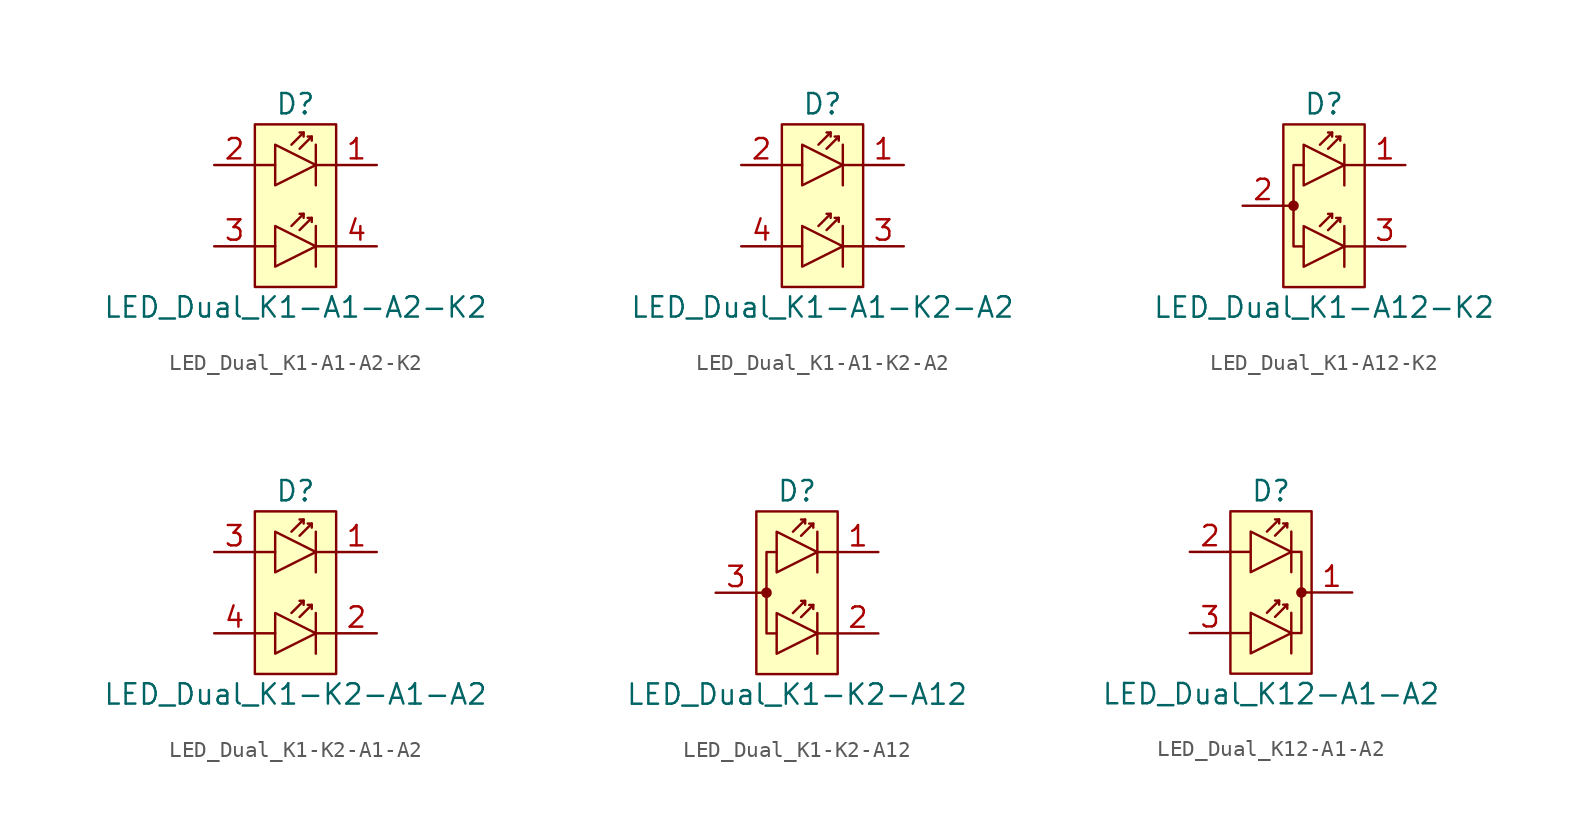
<source format=kicad_sym>
(kicad_symbol_lib
  (version 20220914)
  (generator kicad_symbol_editor)
  (symbol "LED_Dual_K1-A1-A2-K2"
    (pin_names hide)
    (property "Reference" "D"
      (at 0 6.35 0)
      (effects (font (size 1.27 1.27))))
    (property "Value" "LED_Dual_K1-A1-A2-K2"
      (at 0 -6.35 0)
      (effects (font (size 1.27 1.27))))
    (symbol "LED_Dual_K1-A1-A2-K2_1_1"
      (rectangle (start -2.54 5.08) (end 2.54 -5.08) (stroke (width 0) (type default)) (fill (type background)))
      (polyline (pts (xy -2.54 -2.54) (xy -1.27 -2.54)) (stroke (width 0) (type default)) (fill (type none)))
      (polyline (pts (xy -2.54 2.54) (xy -1.27 2.54)) (stroke (width 0) (type default)) (fill (type none)))
      (polyline (pts (xy -0.254 -1.27) (xy 0.508 -0.508)) (stroke (width 0) (type default)) (fill (type none)))
      (polyline (pts (xy -0.254 3.81) (xy 0.508 4.572)) (stroke (width 0) (type default)) (fill (type none)))
      (polyline (pts (xy 1.016 -0.762) (xy 0.254 -1.524)) (stroke (width 0) (type default)) (fill (type none)))
      (polyline (pts (xy 1.016 4.318) (xy 0.254 3.556)) (stroke (width 0) (type default)) (fill (type none)))
      (polyline (pts (xy 1.27 -2.54) (xy 2.54 -2.54)) (stroke (width 0) (type default)) (fill (type none)))
      (polyline (pts (xy 1.27 -1.27) (xy 1.27 -3.81)) (stroke (width 0) (type default)) (fill (type none)))
      (polyline (pts (xy 1.27 2.54) (xy 2.54 2.54)) (stroke (width 0) (type default)) (fill (type none)))
      (polyline (pts (xy 1.27 3.81) (xy 1.27 1.27)) (stroke (width 0) (type default)) (fill (type none)))
      (polyline (pts (xy 0.508 -0.762) (xy 0.508 -0.508) (xy 0.254 -0.508)) (stroke (width 0) (type default)) (fill (type none)))
      (polyline (pts (xy 0.508 4.318) (xy 0.508 4.572) (xy 0.254 4.572)) (stroke (width 0) (type default)) (fill (type none)))
      (polyline (pts (xy 0.762 -0.762) (xy 1.016 -0.762) (xy 1.016 -1.016)) (stroke (width 0) (type default)) (fill (type none)))
      (polyline (pts (xy 0.762 4.318) (xy 1.016 4.318) (xy 1.016 4.064)) (stroke (width 0) (type default)) (fill (type none)))
      (polyline (pts (xy 1.27 -2.54) (xy -1.27 -1.27) (xy -1.27 -3.81) (xy 1.27 -2.54)) (stroke (width 0) (type default)) (fill (type background)))
      (polyline (pts (xy 1.27 2.54) (xy -1.27 3.81) (xy -1.27 1.27) (xy 1.27 2.54)) (stroke (width 0) (type default)) (fill (type background)))
      (pin passive line (at 5.08 2.54 180) (length 2.54) (name "K" (effects (font (size 1.27 1.27)))) (number "1" (effects (font (size 1.27 1.27)))))
      (pin passive line (at -5.08 2.54 0) (length 2.54) (name "A" (effects (font (size 1.27 1.27)))) (number "2" (effects (font (size 1.27 1.27)))))
      (pin passive line (at -5.08 -2.54 0) (length 2.54) (name "A" (effects (font (size 1.27 1.27)))) (number "3" (effects (font (size 1.27 1.27)))))
      (pin passive line (at 5.08 -2.54 180) (length 2.54) (name "K" (effects (font (size 1.27 1.27)))) (number "4" (effects (font (size 1.27 1.27)))))))
  (symbol "LED_Dual_K1-A1-K2-A2"
    (pin_names hide)
    (property "Reference" "D"
      (at 0 6.35 0)
      (effects (font (size 1.27 1.27))))
    (property "Value" "LED_Dual_K1-A1-K2-A2"
      (at 0 -6.35 0)
      (effects (font (size 1.27 1.27))))
    (symbol "LED_Dual_K1-A1-K2-A2_1_1"
      (rectangle (start -2.54 5.08) (end 2.54 -5.08) (stroke (width 0) (type default)) (fill (type background)))
      (polyline (pts (xy -2.54 -2.54) (xy -1.27 -2.54)) (stroke (width 0) (type default)) (fill (type none)))
      (polyline (pts (xy -2.54 2.54) (xy -1.27 2.54)) (stroke (width 0) (type default)) (fill (type none)))
      (polyline (pts (xy -0.254 -1.27) (xy 0.508 -0.508)) (stroke (width 0) (type default)) (fill (type none)))
      (polyline (pts (xy -0.254 3.81) (xy 0.508 4.572)) (stroke (width 0) (type default)) (fill (type none)))
      (polyline (pts (xy 1.016 -0.762) (xy 0.254 -1.524)) (stroke (width 0) (type default)) (fill (type none)))
      (polyline (pts (xy 1.016 4.318) (xy 0.254 3.556)) (stroke (width 0) (type default)) (fill (type none)))
      (polyline (pts (xy 1.27 -2.54) (xy 2.54 -2.54)) (stroke (width 0) (type default)) (fill (type none)))
      (polyline (pts (xy 1.27 -1.27) (xy 1.27 -3.81)) (stroke (width 0) (type default)) (fill (type none)))
      (polyline (pts (xy 1.27 2.54) (xy 2.54 2.54)) (stroke (width 0) (type default)) (fill (type none)))
      (polyline (pts (xy 1.27 3.81) (xy 1.27 1.27)) (stroke (width 0) (type default)) (fill (type none)))
      (polyline (pts (xy 0.508 -0.762) (xy 0.508 -0.508) (xy 0.254 -0.508)) (stroke (width 0) (type default)) (fill (type none)))
      (polyline (pts (xy 0.508 4.318) (xy 0.508 4.572) (xy 0.254 4.572)) (stroke (width 0) (type default)) (fill (type none)))
      (polyline (pts (xy 0.762 -0.762) (xy 1.016 -0.762) (xy 1.016 -1.016)) (stroke (width 0) (type default)) (fill (type none)))
      (polyline (pts (xy 0.762 4.318) (xy 1.016 4.318) (xy 1.016 4.064)) (stroke (width 0) (type default)) (fill (type none)))
      (polyline (pts (xy 1.27 -2.54) (xy -1.27 -1.27) (xy -1.27 -3.81) (xy 1.27 -2.54)) (stroke (width 0) (type default)) (fill (type background)))
      (polyline (pts (xy 1.27 2.54) (xy -1.27 3.81) (xy -1.27 1.27) (xy 1.27 2.54)) (stroke (width 0) (type default)) (fill (type background)))
      (pin passive line (at 5.08 2.54 180) (length 2.54) (name "K" (effects (font (size 1.27 1.27)))) (number "1" (effects (font (size 1.27 1.27)))))
      (pin passive line (at -5.08 2.54 0) (length 2.54) (name "A" (effects (font (size 1.27 1.27)))) (number "2" (effects (font (size 1.27 1.27)))))
      (pin passive line (at 5.08 -2.54 180) (length 2.54) (name "K" (effects (font (size 1.27 1.27)))) (number "3" (effects (font (size 1.27 1.27)))))
      (pin passive line (at -5.08 -2.54 0) (length 2.54) (name "A" (effects (font (size 1.27 1.27)))) (number "4" (effects (font (size 1.27 1.27)))))))
  (symbol "LED_Dual_K1-A12-K2"
    (pin_names hide)
    (property "Reference" "D"
      (at 0 6.35 0)
      (effects (font (size 1.27 1.27))))
    (property "Value" "LED_Dual_K1-A12-K2"
      (at 0 -6.35 0)
      (effects (font (size 1.27 1.27))))
    (symbol "LED_Dual_K1-A12-K2_1_1"
      (rectangle (start -2.54 5.08) (end 2.54 -5.08) (stroke (width 0) (type default)) (fill (type background)))
      (circle (center -1.905 0) (radius 0.254) (stroke (width 0) (type default)) (fill (type outline)))
      (polyline (pts (xy -2.54 0) (xy -1.905 0)) (stroke (width 0) (type default)) (fill (type none)))
      (polyline (pts (xy -0.254 -1.27) (xy 0.508 -0.508)) (stroke (width 0) (type default)) (fill (type none)))
      (polyline (pts (xy -0.254 3.81) (xy 0.508 4.572)) (stroke (width 0) (type default)) (fill (type none)))
      (polyline (pts (xy 1.016 -0.762) (xy 0.254 -1.524)) (stroke (width 0) (type default)) (fill (type none)))
      (polyline (pts (xy 1.016 4.318) (xy 0.254 3.556)) (stroke (width 0) (type default)) (fill (type none)))
      (polyline (pts (xy 1.27 -2.54) (xy 2.54 -2.54)) (stroke (width 0) (type default)) (fill (type none)))
      (polyline (pts (xy 1.27 -1.27) (xy 1.27 -3.81)) (stroke (width 0) (type default)) (fill (type none)))
      (polyline (pts (xy 1.27 2.54) (xy 2.54 2.54)) (stroke (width 0) (type default)) (fill (type none)))
      (polyline (pts (xy 1.27 3.81) (xy 1.27 1.27)) (stroke (width 0) (type default)) (fill (type none)))
      (polyline (pts (xy 0.508 -0.762) (xy 0.508 -0.508) (xy 0.254 -0.508)) (stroke (width 0) (type default)) (fill (type none)))
      (polyline (pts (xy 0.508 4.318) (xy 0.508 4.572) (xy 0.254 4.572)) (stroke (width 0) (type default)) (fill (type none)))
      (polyline (pts (xy 0.762 -0.762) (xy 1.016 -0.762) (xy 1.016 -1.016)) (stroke (width 0) (type default)) (fill (type none)))
      (polyline (pts (xy 0.762 4.318) (xy 1.016 4.318) (xy 1.016 4.064)) (stroke (width 0) (type default)) (fill (type none)))
      (polyline (pts (xy -1.27 -2.54) (xy -1.905 -2.54) (xy -1.905 2.54) (xy -1.27 2.54)) (stroke (width 0) (type default)) (fill (type none)))
      (polyline (pts (xy 1.27 -2.54) (xy -1.27 -1.27) (xy -1.27 -3.81) (xy 1.27 -2.54)) (stroke (width 0) (type default)) (fill (type background)))
      (polyline (pts (xy 1.27 2.54) (xy -1.27 3.81) (xy -1.27 1.27) (xy 1.27 2.54)) (stroke (width 0) (type default)) (fill (type background)))
      (pin passive line (at 5.08 2.54 180) (length 2.54) (name "K" (effects (font (size 1.27 1.27)))) (number "1" (effects (font (size 1.27 1.27)))))
      (pin passive line (at -5.08 0 0) (length 2.54) (name "A" (effects (font (size 1.27 1.27)))) (number "2" (effects (font (size 1.27 1.27)))))
      (pin passive line (at 5.08 -2.54 180) (length 2.54) (name "K" (effects (font (size 1.27 1.27)))) (number "3" (effects (font (size 1.27 1.27)))))))
  (symbol "LED_Dual_K1-K2-A1-A2"
    (pin_names hide)
    (property "Reference" "D"
      (at 0 6.35 0)
      (effects (font (size 1.27 1.27))))
    (property "Value" "LED_Dual_K1-K2-A1-A2"
      (at 0 -6.35 0)
      (effects (font (size 1.27 1.27))))
    (symbol "LED_Dual_K1-K2-A1-A2_1_1"
      (rectangle (start -2.54 5.08) (end 2.54 -5.08) (stroke (width 0) (type default)) (fill (type background)))
      (polyline (pts (xy -2.54 -2.54) (xy -1.27 -2.54)) (stroke (width 0) (type default)) (fill (type none)))
      (polyline (pts (xy -2.54 2.54) (xy -1.27 2.54)) (stroke (width 0) (type default)) (fill (type none)))
      (polyline (pts (xy -0.254 -1.27) (xy 0.508 -0.508)) (stroke (width 0) (type default)) (fill (type none)))
      (polyline (pts (xy -0.254 3.81) (xy 0.508 4.572)) (stroke (width 0) (type default)) (fill (type none)))
      (polyline (pts (xy 1.016 -0.762) (xy 0.254 -1.524)) (stroke (width 0) (type default)) (fill (type none)))
      (polyline (pts (xy 1.016 4.318) (xy 0.254 3.556)) (stroke (width 0) (type default)) (fill (type none)))
      (polyline (pts (xy 1.27 -2.54) (xy 2.54 -2.54)) (stroke (width 0) (type default)) (fill (type none)))
      (polyline (pts (xy 1.27 -1.27) (xy 1.27 -3.81)) (stroke (width 0) (type default)) (fill (type none)))
      (polyline (pts (xy 1.27 2.54) (xy 2.54 2.54)) (stroke (width 0) (type default)) (fill (type none)))
      (polyline (pts (xy 1.27 3.81) (xy 1.27 1.27)) (stroke (width 0) (type default)) (fill (type none)))
      (polyline (pts (xy 0.508 -0.762) (xy 0.508 -0.508) (xy 0.254 -0.508)) (stroke (width 0) (type default)) (fill (type none)))
      (polyline (pts (xy 0.508 4.318) (xy 0.508 4.572) (xy 0.254 4.572)) (stroke (width 0) (type default)) (fill (type none)))
      (polyline (pts (xy 0.762 -0.762) (xy 1.016 -0.762) (xy 1.016 -1.016)) (stroke (width 0) (type default)) (fill (type none)))
      (polyline (pts (xy 0.762 4.318) (xy 1.016 4.318) (xy 1.016 4.064)) (stroke (width 0) (type default)) (fill (type none)))
      (polyline (pts (xy 1.27 -2.54) (xy -1.27 -1.27) (xy -1.27 -3.81) (xy 1.27 -2.54)) (stroke (width 0) (type default)) (fill (type background)))
      (polyline (pts (xy 1.27 2.54) (xy -1.27 3.81) (xy -1.27 1.27) (xy 1.27 2.54)) (stroke (width 0) (type default)) (fill (type background)))
      (pin passive line (at 5.08 2.54 180) (length 2.54) (name "K" (effects (font (size 1.27 1.27)))) (number "1" (effects (font (size 1.27 1.27)))))
      (pin passive line (at 5.08 -2.54 180) (length 2.54) (name "K" (effects (font (size 1.27 1.27)))) (number "2" (effects (font (size 1.27 1.27)))))
      (pin passive line (at -5.08 2.54 0) (length 2.54) (name "A" (effects (font (size 1.27 1.27)))) (number "3" (effects (font (size 1.27 1.27)))))
      (pin passive line (at -5.08 -2.54 0) (length 2.54) (name "A" (effects (font (size 1.27 1.27)))) (number "4" (effects (font (size 1.27 1.27)))))))
  (symbol "LED_Dual_K1-K2-A12"
    (pin_names hide)
    (property "Reference" "D"
      (at 0 6.35 0)
      (effects (font (size 1.27 1.27))))
    (property "Value" "LED_Dual_K1-K2-A12"
      (at 0 -6.35 0)
      (effects (font (size 1.27 1.27))))
    (symbol "LED_Dual_K1-K2-A12_1_1"
      (rectangle (start -2.54 5.08) (end 2.54 -5.08) (stroke (width 0) (type default)) (fill (type background)))
      (circle (center -1.905 0) (radius 0.254) (stroke (width 0) (type default)) (fill (type outline)))
      (polyline (pts (xy -2.54 0) (xy -1.905 0)) (stroke (width 0) (type default)) (fill (type none)))
      (polyline (pts (xy -0.254 -1.27) (xy 0.508 -0.508)) (stroke (width 0) (type default)) (fill (type none)))
      (polyline (pts (xy -0.254 3.81) (xy 0.508 4.572)) (stroke (width 0) (type default)) (fill (type none)))
      (polyline (pts (xy 1.016 -0.762) (xy 0.254 -1.524)) (stroke (width 0) (type default)) (fill (type none)))
      (polyline (pts (xy 1.016 4.318) (xy 0.254 3.556)) (stroke (width 0) (type default)) (fill (type none)))
      (polyline (pts (xy 1.27 -2.54) (xy 2.54 -2.54)) (stroke (width 0) (type default)) (fill (type none)))
      (polyline (pts (xy 1.27 -1.27) (xy 1.27 -3.81)) (stroke (width 0) (type default)) (fill (type none)))
      (polyline (pts (xy 1.27 2.54) (xy 2.54 2.54)) (stroke (width 0) (type default)) (fill (type none)))
      (polyline (pts (xy 1.27 3.81) (xy 1.27 1.27)) (stroke (width 0) (type default)) (fill (type none)))
      (polyline (pts (xy 0.508 -0.762) (xy 0.508 -0.508) (xy 0.254 -0.508)) (stroke (width 0) (type default)) (fill (type none)))
      (polyline (pts (xy 0.508 4.318) (xy 0.508 4.572) (xy 0.254 4.572)) (stroke (width 0) (type default)) (fill (type none)))
      (polyline (pts (xy 0.762 -0.762) (xy 1.016 -0.762) (xy 1.016 -1.016)) (stroke (width 0) (type default)) (fill (type none)))
      (polyline (pts (xy 0.762 4.318) (xy 1.016 4.318) (xy 1.016 4.064)) (stroke (width 0) (type default)) (fill (type none)))
      (polyline (pts (xy -1.27 -2.54) (xy -1.905 -2.54) (xy -1.905 2.54) (xy -1.27 2.54)) (stroke (width 0) (type default)) (fill (type none)))
      (polyline (pts (xy 1.27 -2.54) (xy -1.27 -1.27) (xy -1.27 -3.81) (xy 1.27 -2.54)) (stroke (width 0) (type default)) (fill (type background)))
      (polyline (pts (xy 1.27 2.54) (xy -1.27 3.81) (xy -1.27 1.27) (xy 1.27 2.54)) (stroke (width 0) (type default)) (fill (type background)))
      (pin passive line (at 5.08 2.54 180) (length 2.54) (name "K" (effects (font (size 1.27 1.27)))) (number "1" (effects (font (size 1.27 1.27)))))
      (pin passive line (at 5.08 -2.54 180) (length 2.54) (name "K" (effects (font (size 1.27 1.27)))) (number "2" (effects (font (size 1.27 1.27)))))
      (pin passive line (at -5.08 0 0) (length 2.54) (name "A" (effects (font (size 1.27 1.27)))) (number "3" (effects (font (size 1.27 1.27)))))))
  (symbol "LED_Dual_K12-A1-A2"
    (pin_names hide)
    (property "Reference" "D"
      (at 0 6.35 0)
      (effects (font (size 1.27 1.27))))
    (property "Value" "LED_Dual_K12-A1-A2"
      (at 0 -6.35 0)
      (effects (font (size 1.27 1.27))))
    (symbol "LED_Dual_K12-A1-A2_1_1"
      (rectangle (start -2.54 5.08) (end 2.54 -5.08) (stroke (width 0) (type default)) (fill (type background)))
      (polyline (pts (xy -2.54 -2.54) (xy -1.27 -2.54)) (stroke (width 0) (type default)) (fill (type none)))
      (polyline (pts (xy -2.54 2.54) (xy -1.27 2.54)) (stroke (width 0) (type default)) (fill (type none)))
      (polyline (pts (xy -0.254 -1.27) (xy 0.508 -0.508)) (stroke (width 0) (type default)) (fill (type none)))
      (polyline (pts (xy -0.254 3.81) (xy 0.508 4.572)) (stroke (width 0) (type default)) (fill (type none)))
      (polyline (pts (xy 1.016 -0.762) (xy 0.254 -1.524)) (stroke (width 0) (type default)) (fill (type none)))
      (polyline (pts (xy 1.016 4.318) (xy 0.254 3.556)) (stroke (width 0) (type default)) (fill (type none)))
      (polyline (pts (xy 1.27 -1.27) (xy 1.27 -3.81)) (stroke (width 0) (type default)) (fill (type none)))
      (polyline (pts (xy 1.27 3.81) (xy 1.27 1.27)) (stroke (width 0) (type default)) (fill (type none)))
      (polyline (pts (xy 2.54 0) (xy 1.905 0)) (stroke (width 0) (type default)) (fill (type none)))
      (polyline (pts (xy 0.508 -0.762) (xy 0.508 -0.508) (xy 0.254 -0.508)) (stroke (width 0) (type default)) (fill (type none)))
      (polyline (pts (xy 0.508 4.318) (xy 0.508 4.572) (xy 0.254 4.572)) (stroke (width 0) (type default)) (fill (type none)))
      (polyline (pts (xy 0.762 -0.762) (xy 1.016 -0.762) (xy 1.016 -1.016)) (stroke (width 0) (type default)) (fill (type none)))
      (polyline (pts (xy 0.762 4.318) (xy 1.016 4.318) (xy 1.016 4.064)) (stroke (width 0) (type default)) (fill (type none)))
      (polyline (pts (xy 1.27 -2.54) (xy -1.27 -1.27) (xy -1.27 -3.81) (xy 1.27 -2.54)) (stroke (width 0) (type default)) (fill (type background)))
      (polyline (pts (xy 1.27 2.54) (xy -1.27 3.81) (xy -1.27 1.27) (xy 1.27 2.54)) (stroke (width 0) (type default)) (fill (type background)))
      (polyline (pts (xy 1.27 2.54) (xy 1.905 2.54) (xy 1.905 -2.54) (xy 1.27 -2.54)) (stroke (width 0) (type default)) (fill (type none)))
      (circle (center 1.905 0) (radius 0.254) (stroke (width 0) (type default)) (fill (type outline)))
      (pin passive line (at 5.08 0 180) (length 2.54) (name "K" (effects (font (size 1.27 1.27)))) (number "1" (effects (font (size 1.27 1.27)))))
      (pin passive line (at -5.08 2.54 0) (length 2.54) (name "A" (effects (font (size 1.27 1.27)))) (number "2" (effects (font (size 1.27 1.27)))))
      (pin passive line (at -5.08 -2.54 0) (length 2.54) (name "A" (effects (font (size 1.27 1.27)))) (number "3" (effects (font (size 1.27 1.27))))))))
</source>
